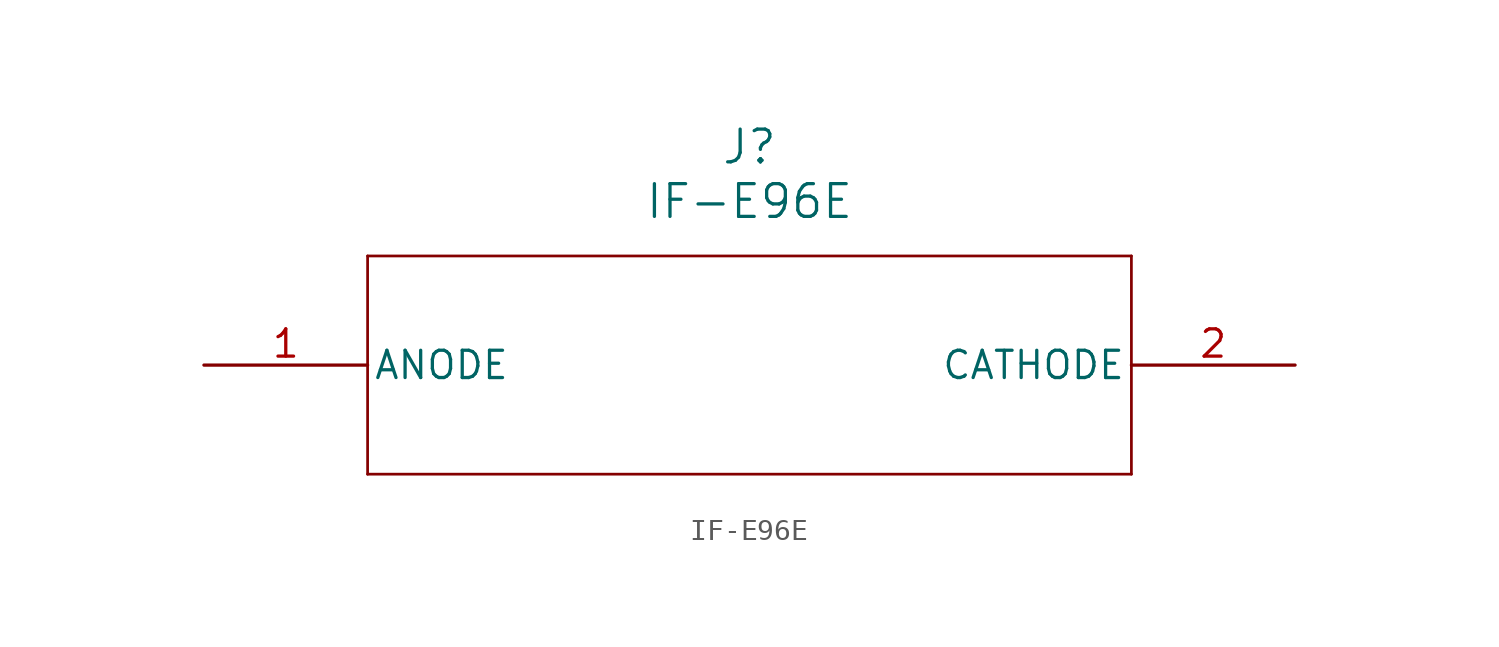
<source format=kicad_sym>
(kicad_symbol_lib
  (version 20211014)
  (generator kicad_symbol_editor)
  (symbol "IF-E96E"
    (pin_names
      (offset 0.254))
    (property "Reference" "J"
      (at 25.4 10.16 0)
      (effects (font (size 1.524 1.524))))
    (property "Value" "IF-E96E"
      (at 25.4 7.62 0)
      (effects (font (size 1.524 1.524))))
    (symbol "IF-E96E_0_1"
      (polyline (pts (xy 7.62 5.08) (xy 7.62 -5.08)) (stroke (width 0.127) (type default) (color 0 0 0 0)) (fill (type none)))
      (polyline (pts (xy 7.62 -5.08) (xy 43.18 -5.08)) (stroke (width 0.127) (type default) (color 0 0 0 0)) (fill (type none)))
      (polyline (pts (xy 43.18 -5.08) (xy 43.18 5.08)) (stroke (width 0.127) (type default) (color 0 0 0 0)) (fill (type none)))
      (polyline (pts (xy 43.18 5.08) (xy 7.62 5.08)) (stroke (width 0.127) (type default) (color 0 0 0 0)) (fill (type none)))
      (pin unspecified line (at 0 0 0) (length 7.62) (name "ANODE" (effects (font (size 1.27 1.27)))) (number "1" (effects (font (size 1.27 1.27)))))
      (pin unspecified line (at 50.8 0 180) (length 7.62) (name "CATHODE" (effects (font (size 1.27 1.27)))) (number "2" (effects (font (size 1.27 1.27))))))))
</source>
